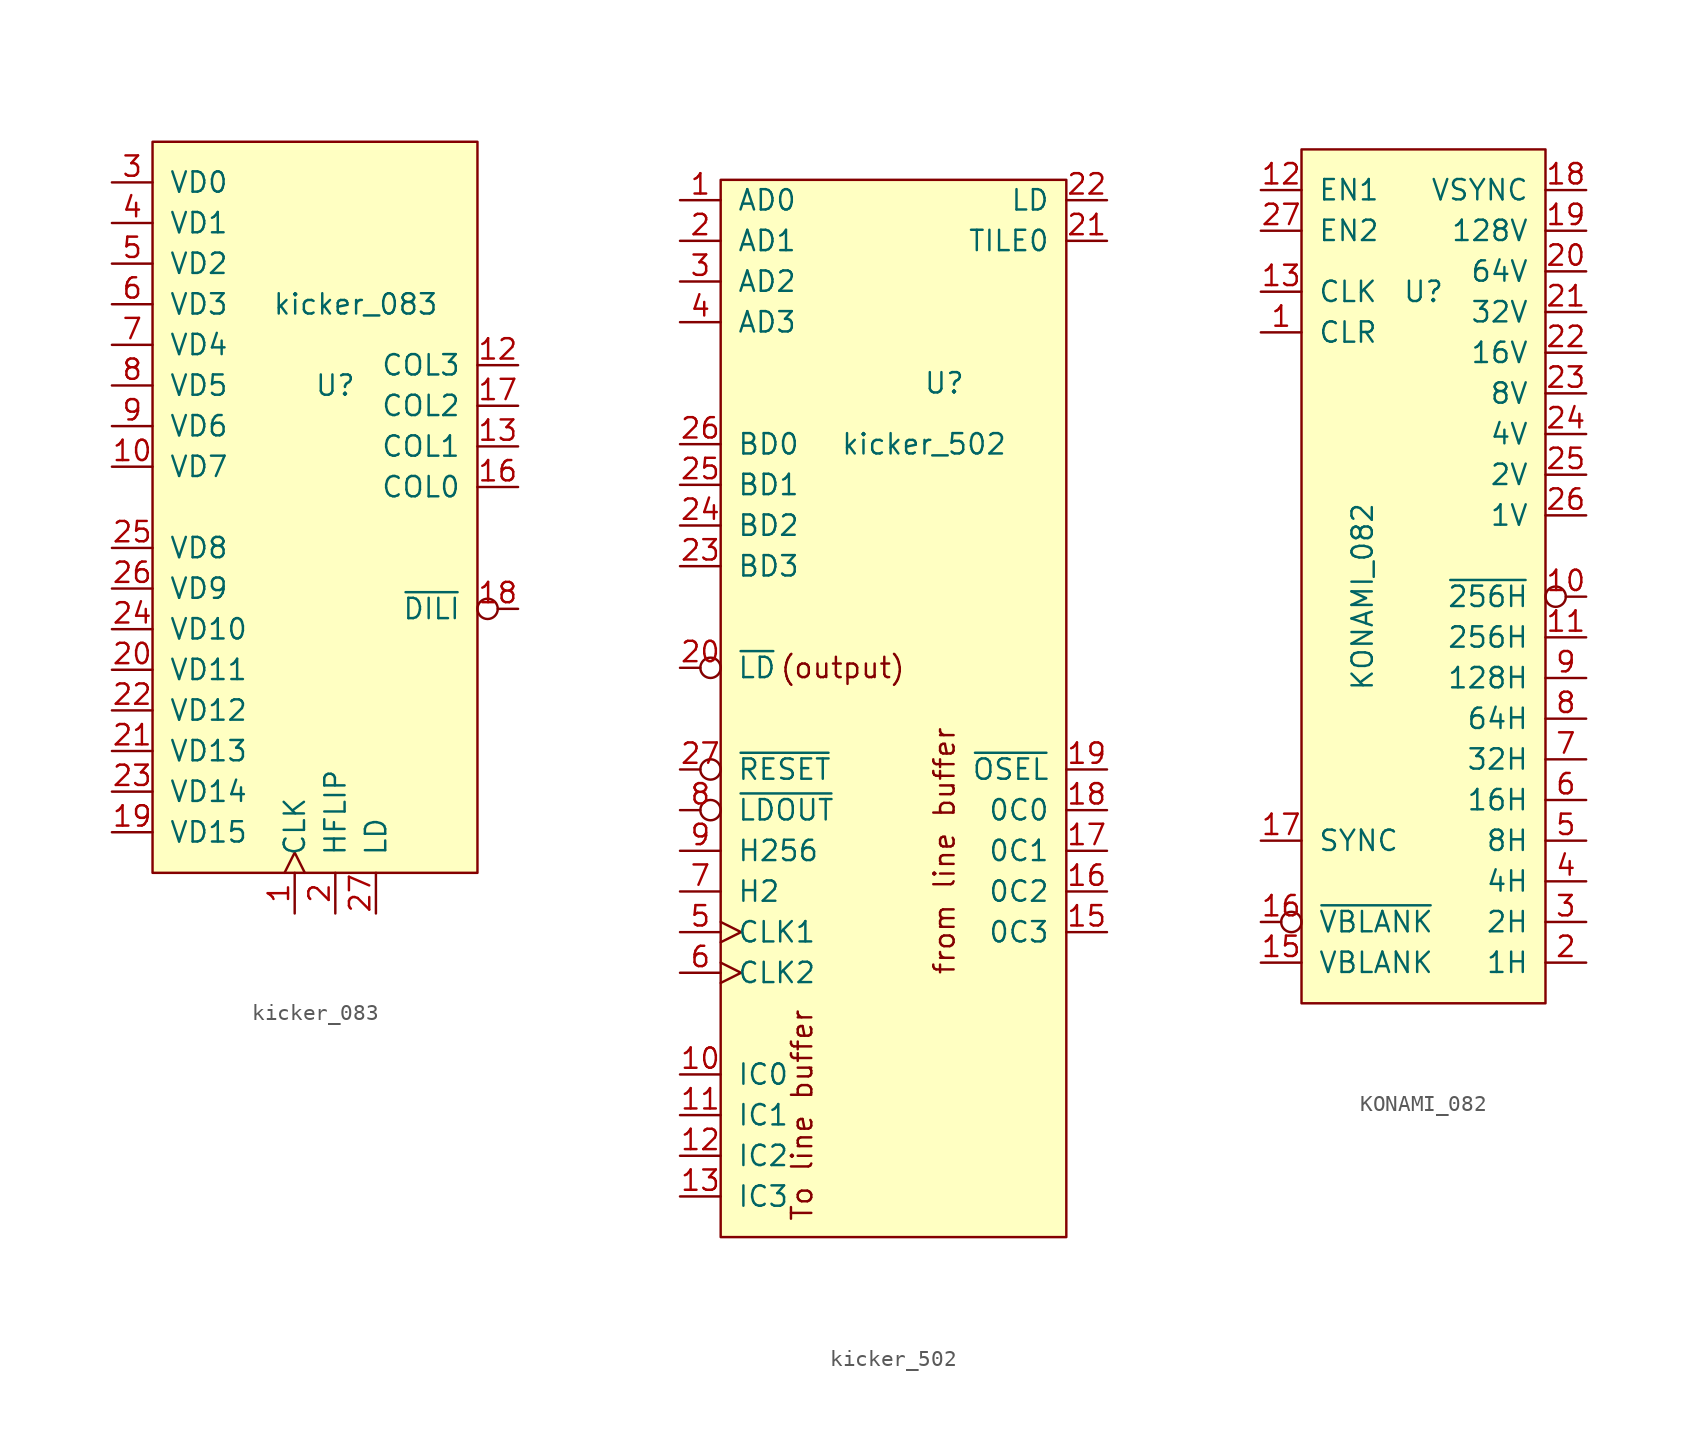
<source format=kicad_sym>
(kicad_symbol_lib
  (version 20211014)
  (generator kicad_symbol_editor)
  (symbol "kicker_083"
    (pin_names
      (offset 1.016))
    (property "Reference" "U"
      (at 0 0 0)
      (effects (font (size 1.27 1.27))))
    (property "Value" "kicker_083"
      (at 1.27 5.08 0)
      (effects (font (size 1.27 1.27))))
    (symbol "kicker_083_0_1"
      (rectangle (start -11.43 15.24) (end 8.89 -30.48) (stroke (width 0) (type default) (color 0 0 0 0)) (fill (type background))))
    (symbol "kicker_083_1_1"
      (pin input clock (at -2.54 -33.02 90) (length 2.54) (name "CLK" (effects (font (size 1.27 1.27)))) (number "1" (effects (font (size 1.27 1.27)))))
      (pin input line (at -13.97 -5.08 0) (length 2.54) (name "VD7" (effects (font (size 1.27 1.27)))) (number "10" (effects (font (size 1.27 1.27)))))
      (pin no_connect line (at -13.97 -7.62 0) (length 2.54) hide (name "NC" (effects (font (size 1.27 1.27)))) (number "11" (effects (font (size 1.27 1.27)))))
      (pin output line (at 11.43 1.27 180) (length 2.54) (name "COL3" (effects (font (size 1.27 1.27)))) (number "12" (effects (font (size 1.27 1.27)))))
      (pin output line (at 11.43 -3.81 180) (length 2.54) (name "COL1" (effects (font (size 1.27 1.27)))) (number "13" (effects (font (size 1.27 1.27)))))
      (pin power_in line (at 5.08 -33.02 90) (length 2.54) hide (name "VSS" (effects (font (size 1.27 1.27)))) (number "14" (effects (font (size 1.27 1.27)))))
      (pin no_connect line (at 7.62 15.24 270) (length 2.54) hide (name "NC" (effects (font (size 1.27 1.27)))) (number "15" (effects (font (size 1.27 1.27)))))
      (pin output line (at 11.43 -6.35 180) (length 2.54) (name "COL0" (effects (font (size 1.27 1.27)))) (number "16" (effects (font (size 1.27 1.27)))))
      (pin output line (at 11.43 -1.27 180) (length 2.54) (name "COL2" (effects (font (size 1.27 1.27)))) (number "17" (effects (font (size 1.27 1.27)))))
      (pin output inverted (at 11.43 -13.97 180) (length 2.54) (name "~{DILI}" (effects (font (size 1.27 1.27)))) (number "18" (effects (font (size 1.27 1.27)))))
      (pin input line (at -13.97 -27.94 0) (length 2.54) (name "VD15" (effects (font (size 1.27 1.27)))) (number "19" (effects (font (size 1.27 1.27)))))
      (pin input line (at 0 -33.02 90) (length 2.54) (name "HFLIP" (effects (font (size 1.27 1.27)))) (number "2" (effects (font (size 1.27 1.27)))))
      (pin input line (at -13.97 -17.78 0) (length 2.54) (name "VD11" (effects (font (size 1.27 1.27)))) (number "20" (effects (font (size 1.27 1.27)))))
      (pin input line (at -13.97 -22.86 0) (length 2.54) (name "VD13" (effects (font (size 1.27 1.27)))) (number "21" (effects (font (size 1.27 1.27)))))
      (pin input line (at -13.97 -20.32 0) (length 2.54) (name "VD12" (effects (font (size 1.27 1.27)))) (number "22" (effects (font (size 1.27 1.27)))))
      (pin input line (at -13.97 -25.4 0) (length 2.54) (name "VD14" (effects (font (size 1.27 1.27)))) (number "23" (effects (font (size 1.27 1.27)))))
      (pin input line (at -13.97 -15.24 0) (length 2.54) (name "VD10" (effects (font (size 1.27 1.27)))) (number "24" (effects (font (size 1.27 1.27)))))
      (pin input line (at -13.97 -10.16 0) (length 2.54) (name "VD8" (effects (font (size 1.27 1.27)))) (number "25" (effects (font (size 1.27 1.27)))))
      (pin input line (at -13.97 -12.7 0) (length 2.54) (name "VD9" (effects (font (size 1.27 1.27)))) (number "26" (effects (font (size 1.27 1.27)))))
      (pin input line (at 2.54 -33.02 90) (length 2.54) (name "LD" (effects (font (size 1.27 1.27)))) (number "27" (effects (font (size 1.27 1.27)))))
      (pin power_in line (at 7.62 -33.02 90) (length 2.54) hide (name "VCC" (effects (font (size 1.27 1.27)))) (number "28" (effects (font (size 1.27 1.27)))))
      (pin input line (at -13.97 12.7 0) (length 2.54) (name "VD0" (effects (font (size 1.27 1.27)))) (number "3" (effects (font (size 1.27 1.27)))))
      (pin input line (at -13.97 10.16 0) (length 2.54) (name "VD1" (effects (font (size 1.27 1.27)))) (number "4" (effects (font (size 1.27 1.27)))))
      (pin input line (at -13.97 7.62 0) (length 2.54) (name "VD2" (effects (font (size 1.27 1.27)))) (number "5" (effects (font (size 1.27 1.27)))))
      (pin input line (at -13.97 5.08 0) (length 2.54) (name "VD3" (effects (font (size 1.27 1.27)))) (number "6" (effects (font (size 1.27 1.27)))))
      (pin input line (at -13.97 2.54 0) (length 2.54) (name "VD4" (effects (font (size 1.27 1.27)))) (number "7" (effects (font (size 1.27 1.27)))))
      (pin input line (at -13.97 0 0) (length 2.54) (name "VD5" (effects (font (size 1.27 1.27)))) (number "8" (effects (font (size 1.27 1.27)))))
      (pin input line (at -13.97 -2.54 0) (length 2.54) (name "VD6" (effects (font (size 1.27 1.27)))) (number "9" (effects (font (size 1.27 1.27)))))))
  (symbol "kicker_502"
    (pin_names
      (offset 1.016))
    (property "Reference" "U"
      (at 5.08 19.05 0)
      (effects (font (size 1.27 1.27))))
    (property "Value" "kicker_502"
      (at 3.81 15.24 0)
      (effects (font (size 1.27 1.27))))
    (symbol "kicker_502_0_0"
      (text "(output)" (at -1.27 1.27 0) (effects (font (size 1.27 1.27))))
      (text "from line buffer" (at 5.08 -10.16 900) (effects (font (size 1.27 1.27))))
      (text "To line buffer" (at -3.81 -26.67 900) (effects (font (size 1.27 1.27)))))
    (symbol "kicker_502_0_1"
      (rectangle (start -8.89 31.75) (end 12.7 -34.29) (stroke (width 0) (type default) (color 0 0 0 0)) (fill (type background))))
    (symbol "kicker_502_1_1"
      (pin input line (at -11.43 30.48 0) (length 2.54) (name "AD0" (effects (font (size 1.27 1.27)))) (number "1" (effects (font (size 1.27 1.27)))))
      (pin input line (at -11.43 -24.13 0) (length 2.54) (name "IC0" (effects (font (size 1.27 1.27)))) (number "10" (effects (font (size 1.27 1.27)))))
      (pin input line (at -11.43 -26.67 0) (length 2.54) (name "IC1" (effects (font (size 1.27 1.27)))) (number "11" (effects (font (size 1.27 1.27)))))
      (pin input line (at -11.43 -29.21 0) (length 2.54) (name "IC2" (effects (font (size 1.27 1.27)))) (number "12" (effects (font (size 1.27 1.27)))))
      (pin input line (at -11.43 -31.75 0) (length 2.54) (name "IC3" (effects (font (size 1.27 1.27)))) (number "13" (effects (font (size 1.27 1.27)))))
      (pin output line (at 15.24 -15.24 180) (length 2.54) (name "0C3" (effects (font (size 1.27 1.27)))) (number "15" (effects (font (size 1.27 1.27)))))
      (pin output line (at 15.24 -12.7 180) (length 2.54) (name "0C2" (effects (font (size 1.27 1.27)))) (number "16" (effects (font (size 1.27 1.27)))))
      (pin output line (at 15.24 -10.16 180) (length 2.54) (name "0C1" (effects (font (size 1.27 1.27)))) (number "17" (effects (font (size 1.27 1.27)))))
      (pin output line (at 15.24 -7.62 180) (length 2.54) (name "0C0" (effects (font (size 1.27 1.27)))) (number "18" (effects (font (size 1.27 1.27)))))
      (pin output line (at 15.24 -5.08 180) (length 2.54) (name "~{OSEL}" (effects (font (size 1.27 1.27)))) (number "19" (effects (font (size 1.27 1.27)))))
      (pin input line (at -11.43 27.94 0) (length 2.54) (name "AD1" (effects (font (size 1.27 1.27)))) (number "2" (effects (font (size 1.27 1.27)))))
      (pin output inverted (at -11.43 1.27 0) (length 2.54) (name "~{LD}" (effects (font (size 1.27 1.27)))) (number "20" (effects (font (size 1.27 1.27)))))
      (pin output line (at 15.24 27.94 180) (length 2.54) (name "TILE0" (effects (font (size 1.27 1.27)))) (number "21" (effects (font (size 1.27 1.27)))))
      (pin output line (at 15.24 30.48 180) (length 2.54) (name "LD" (effects (font (size 1.27 1.27)))) (number "22" (effects (font (size 1.27 1.27)))))
      (pin input line (at -11.43 7.62 0) (length 2.54) (name "BD3" (effects (font (size 1.27 1.27)))) (number "23" (effects (font (size 1.27 1.27)))))
      (pin input line (at -11.43 10.16 0) (length 2.54) (name "BD2" (effects (font (size 1.27 1.27)))) (number "24" (effects (font (size 1.27 1.27)))))
      (pin input line (at -11.43 12.7 0) (length 2.54) (name "BD1" (effects (font (size 1.27 1.27)))) (number "25" (effects (font (size 1.27 1.27)))))
      (pin input line (at -11.43 15.24 0) (length 2.54) (name "BD0" (effects (font (size 1.27 1.27)))) (number "26" (effects (font (size 1.27 1.27)))))
      (pin input inverted (at -11.43 -5.08 0) (length 2.54) (name "~{RESET}" (effects (font (size 1.27 1.27)))) (number "27" (effects (font (size 1.27 1.27)))))
      (pin input line (at -11.43 25.4 0) (length 2.54) (name "AD2" (effects (font (size 1.27 1.27)))) (number "3" (effects (font (size 1.27 1.27)))))
      (pin input line (at -11.43 22.86 0) (length 2.54) (name "AD3" (effects (font (size 1.27 1.27)))) (number "4" (effects (font (size 1.27 1.27)))))
      (pin input clock (at -11.43 -15.24 0) (length 2.54) (name "CLK1" (effects (font (size 1.27 1.27)))) (number "5" (effects (font (size 1.27 1.27)))))
      (pin input clock (at -11.43 -17.78 0) (length 2.54) (name "CLK2" (effects (font (size 1.27 1.27)))) (number "6" (effects (font (size 1.27 1.27)))))
      (pin input line (at -11.43 -12.7 0) (length 2.54) (name "H2" (effects (font (size 1.27 1.27)))) (number "7" (effects (font (size 1.27 1.27)))))
      (pin input inverted (at -11.43 -7.62 0) (length 2.54) (name "~{LDOUT}" (effects (font (size 1.27 1.27)))) (number "8" (effects (font (size 1.27 1.27)))))
      (pin input line (at -11.43 -10.16 0) (length 2.54) (name "H256" (effects (font (size 1.27 1.27)))) (number "9" (effects (font (size 1.27 1.27)))))))
  (symbol "KONAMI_082"
    (pin_names
      (offset 1.016))
    (property "Reference" "U"
      (at 0 0 0)
      (effects (font (size 1.27 1.27))))
    (property "Value" "KONAMI_082"
      (at -3.81 -19.05 90)
      (effects (font (size 1.27 1.27))))
    (symbol "KONAMI_082_0_1"
      (rectangle (start -7.62 8.89) (end 7.62 -44.45) (stroke (width 0) (type default) (color 0 0 0 0)) (fill (type background))))
    (symbol "KONAMI_082_1_1"
      (pin input line (at -10.16 -2.54 0) (length 2.54) (name "CLR" (effects (font (size 1.27 1.27)))) (number "1" (effects (font (size 1.27 1.27)))))
      (pin output inverted (at 10.16 -19.05 180) (length 2.54) (name "~{256H}" (effects (font (size 1.27 1.27)))) (number "10" (effects (font (size 1.27 1.27)))))
      (pin output line (at 10.16 -21.59 180) (length 2.54) (name "256H" (effects (font (size 1.27 1.27)))) (number "11" (effects (font (size 1.27 1.27)))))
      (pin input line (at -10.16 6.35 0) (length 2.54) (name "EN1" (effects (font (size 1.27 1.27)))) (number "12" (effects (font (size 1.27 1.27)))))
      (pin input line (at -10.16 0 0) (length 2.54) (name "CLK" (effects (font (size 1.27 1.27)))) (number "13" (effects (font (size 1.27 1.27)))))
      (pin output line (at -10.16 -41.91 0) (length 2.54) (name "VBLANK" (effects (font (size 1.27 1.27)))) (number "15" (effects (font (size 1.27 1.27)))))
      (pin output inverted (at -10.16 -39.37 0) (length 2.54) (name "~{VBLANK}" (effects (font (size 1.27 1.27)))) (number "16" (effects (font (size 1.27 1.27)))))
      (pin output line (at -10.16 -34.29 0) (length 2.54) (name "SYNC" (effects (font (size 1.27 1.27)))) (number "17" (effects (font (size 1.27 1.27)))))
      (pin output line (at 10.16 6.35 180) (length 2.54) (name "VSYNC" (effects (font (size 1.27 1.27)))) (number "18" (effects (font (size 1.27 1.27)))))
      (pin output line (at 10.16 3.81 180) (length 2.54) (name "128V" (effects (font (size 1.27 1.27)))) (number "19" (effects (font (size 1.27 1.27)))))
      (pin output line (at 10.16 -41.91 180) (length 2.54) (name "1H" (effects (font (size 1.27 1.27)))) (number "2" (effects (font (size 1.27 1.27)))))
      (pin output line (at 10.16 1.27 180) (length 2.54) (name "64V" (effects (font (size 1.27 1.27)))) (number "20" (effects (font (size 1.27 1.27)))))
      (pin output line (at 10.16 -1.27 180) (length 2.54) (name "32V" (effects (font (size 1.27 1.27)))) (number "21" (effects (font (size 1.27 1.27)))))
      (pin output line (at 10.16 -3.81 180) (length 2.54) (name "16V" (effects (font (size 1.27 1.27)))) (number "22" (effects (font (size 1.27 1.27)))))
      (pin output line (at 10.16 -6.35 180) (length 2.54) (name "8V" (effects (font (size 1.27 1.27)))) (number "23" (effects (font (size 1.27 1.27)))))
      (pin output line (at 10.16 -8.89 180) (length 2.54) (name "4V" (effects (font (size 1.27 1.27)))) (number "24" (effects (font (size 1.27 1.27)))))
      (pin output line (at 10.16 -11.43 180) (length 2.54) (name "2V" (effects (font (size 1.27 1.27)))) (number "25" (effects (font (size 1.27 1.27)))))
      (pin output line (at 10.16 -13.97 180) (length 2.54) (name "1V" (effects (font (size 1.27 1.27)))) (number "26" (effects (font (size 1.27 1.27)))))
      (pin input line (at -10.16 3.81 0) (length 2.54) (name "EN2" (effects (font (size 1.27 1.27)))) (number "27" (effects (font (size 1.27 1.27)))))
      (pin output line (at 10.16 -39.37 180) (length 2.54) (name "2H" (effects (font (size 1.27 1.27)))) (number "3" (effects (font (size 1.27 1.27)))))
      (pin output line (at 10.16 -36.83 180) (length 2.54) (name "4H" (effects (font (size 1.27 1.27)))) (number "4" (effects (font (size 1.27 1.27)))))
      (pin output line (at 10.16 -34.29 180) (length 2.54) (name "8H" (effects (font (size 1.27 1.27)))) (number "5" (effects (font (size 1.27 1.27)))))
      (pin output line (at 10.16 -31.75 180) (length 2.54) (name "16H" (effects (font (size 1.27 1.27)))) (number "6" (effects (font (size 1.27 1.27)))))
      (pin output line (at 10.16 -29.21 180) (length 2.54) (name "32H" (effects (font (size 1.27 1.27)))) (number "7" (effects (font (size 1.27 1.27)))))
      (pin output line (at 10.16 -26.67 180) (length 2.54) (name "64H" (effects (font (size 1.27 1.27)))) (number "8" (effects (font (size 1.27 1.27)))))
      (pin output line (at 10.16 -24.13 180) (length 2.54) (name "128H" (effects (font (size 1.27 1.27)))) (number "9" (effects (font (size 1.27 1.27))))))))
</source>
